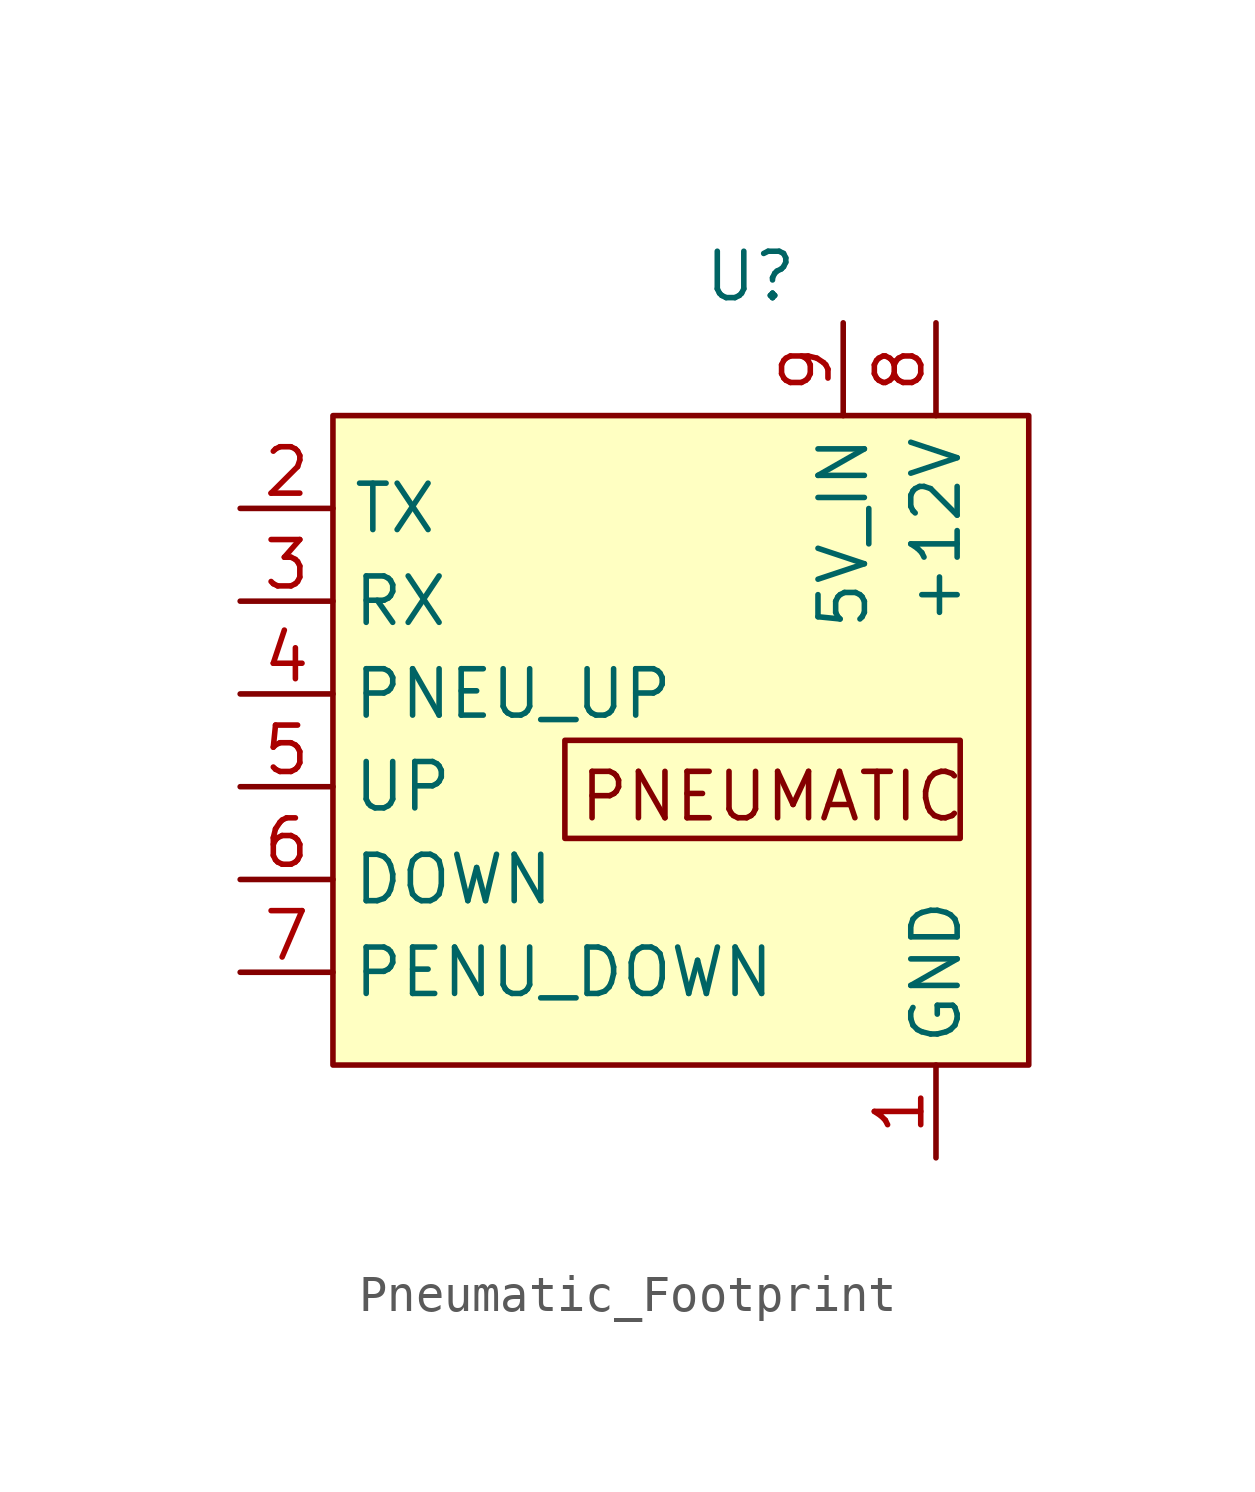
<source format=kicad_sym>
(kicad_symbol_lib
  (version 20241209)
  (generator "kicad_symbol_editor")
  (generator_version "9.0")
  (symbol "Pneumatic_Footprint"
    (property "Reference" "U"
      (at 0 0 0)
      (effects (font (size 1.27 1.27))))
    (property "Value" ""
      (at 0 0 0)
      (effects (font (size 1.27 1.27))))
    (symbol "Pneumatic_Footprint_1_0"
      (pin input line (at -13.97 -11.43 0) (length 2.54) (name "PNEU_UP" (effects (font (size 1.27 1.27)))) (number "4" (effects (font (size 1.27 1.27))))))
    (symbol "Pneumatic_Footprint_1_1"
      (rectangle (start -11.43 -3.81) (end 7.62 -21.59) (stroke (width 0) (type solid)) (fill (type color) (color 255 255 194 1)))
      (rectangle (start -5.08 -12.7) (end 5.743 -15.385) (stroke (width 0) (type default)) (fill (type none)))
      (text "PNEUMATIC\n" (at 0.593 -14.24 0) (effects (font (size 1.27 1.27))))
      (pin input line (at -13.97 -6.35 0) (length 2.54) (name "TX" (effects (font (size 1.27 1.27)))) (number "2" (effects (font (size 1.27 1.27)))))
      (pin input line (at -13.97 -8.89 0) (length 2.54) (name "RX" (effects (font (size 1.27 1.27)))) (number "3" (effects (font (size 1.27 1.27)))))
      (pin input line (at -13.97 -13.97 0) (length 2.54) (name "UP" (effects (font (size 1.27 1.27)))) (number "5" (effects (font (size 1.27 1.27)))))
      (pin input line (at -13.97 -16.51 0) (length 2.54) (name "DOWN" (effects (font (size 1.27 1.27)))) (number "6" (effects (font (size 1.27 1.27)))))
      (pin input line (at -13.97 -19.05 0) (length 2.54) (name "PENU_DOWN" (effects (font (size 1.27 1.27)))) (number "7" (effects (font (size 1.27 1.27)))))
      (pin input line (at 2.54 -1.27 270) (length 2.54) (name "5V_IN" (effects (font (size 1.27 1.27)))) (number "9" (effects (font (size 1.27 1.27)))))
      (pin input line (at 5.08 -1.27 270) (length 2.54) (name "+12V" (effects (font (size 1.27 1.27)))) (number "8" (effects (font (size 1.27 1.27)))))
      (pin input line (at 5.08 -24.13 90) (length 2.54) (name "GND" (effects (font (size 1.27 1.27)))) (number "1" (effects (font (size 1.27 1.27))))))))
</source>
